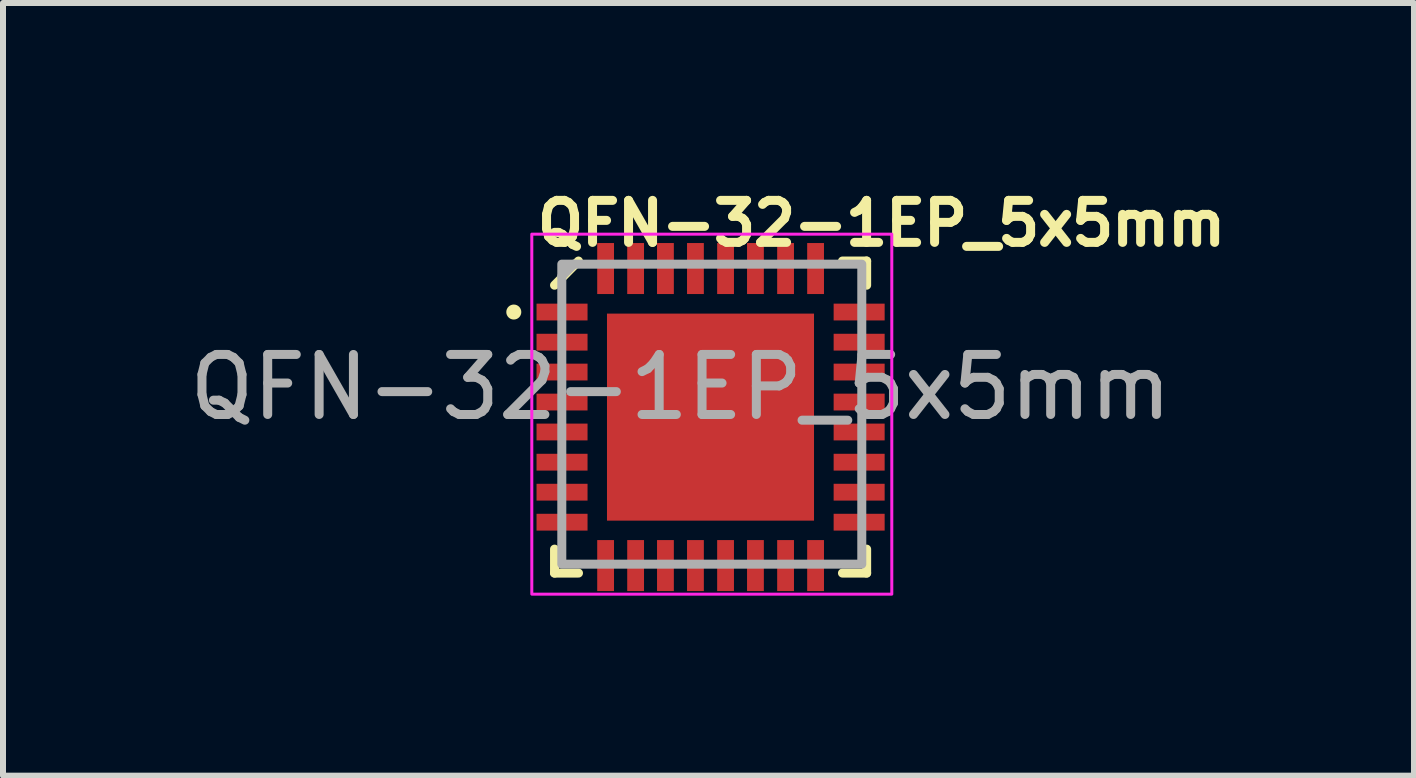
<source format=kicad_pcb>
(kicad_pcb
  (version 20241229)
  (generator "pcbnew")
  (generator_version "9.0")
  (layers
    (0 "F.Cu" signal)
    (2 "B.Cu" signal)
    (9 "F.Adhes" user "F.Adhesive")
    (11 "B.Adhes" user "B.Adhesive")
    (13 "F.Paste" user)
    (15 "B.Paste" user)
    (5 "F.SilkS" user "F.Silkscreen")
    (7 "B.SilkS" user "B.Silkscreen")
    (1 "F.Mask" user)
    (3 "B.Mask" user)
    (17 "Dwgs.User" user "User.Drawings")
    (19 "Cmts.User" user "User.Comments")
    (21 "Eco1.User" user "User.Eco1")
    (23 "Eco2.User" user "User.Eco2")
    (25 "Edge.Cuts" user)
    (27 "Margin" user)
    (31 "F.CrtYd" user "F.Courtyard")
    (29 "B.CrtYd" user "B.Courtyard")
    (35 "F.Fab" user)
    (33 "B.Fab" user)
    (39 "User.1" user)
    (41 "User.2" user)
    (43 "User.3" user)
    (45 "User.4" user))
  (footprint "QFN-32-1EP_5x5mm"
    (layer "F.Cu")
    (at 8.812 3.852)
    (property "Reference" "QFN-32-1EP_5x5mm" (at 2.829 -3.179 0) (layer "F.SilkS") (effects (font (size 0.7 0.7) (thickness 0.15))))
    (attr smd)
    (fp_line (start -2.621 2.648) (end -2.621 2.249) (stroke (width 0.15) (type solid)) (layer "F.SilkS"))
    (fp_line (start -2.222 -2.552) (end -2.621 -2.149) (stroke (width 0.15) (type solid)) (layer "F.SilkS"))
    (fp_line (start -2.222 2.648) (end -2.621 2.648) (stroke (width 0.15) (type solid)) (layer "F.SilkS"))
    (fp_line (start 2.58 -2.552) (end 2.177 -2.552) (stroke (width 0.15) (type solid)) (layer "F.SilkS"))
    (fp_line (start 2.58 -2.552) (end 2.58 -2.149) (stroke (width 0.15) (type solid)) (layer "F.SilkS"))
    (fp_line (start 2.58 2.249) (end 2.58 2.648) (stroke (width 0.15) (type solid)) (layer "F.SilkS"))
    (fp_line (start 2.58 2.648) (end 2.177 2.648) (stroke (width 0.15) (type solid)) (layer "F.SilkS"))
    (fp_circle (center -3.3 -1.702) (end -3.25 -1.702) (stroke (width 0.15) (type solid)) (fill yes) (layer "F.SilkS"))
    (fp_rect (start -3 -3) (end 2.999 2.999) (stroke (width 0.05) (type solid)) (fill no) (layer "F.CrtYd"))
    (fp_line (start -2.5 -2.299) (end -2.299 -2.5) (stroke (width 0.15) (type solid)) (layer "F.Fab"))
    (fp_rect (start -2.5 -2.5) (end 2.499 2.499) (stroke (width 0.15) (type solid)) (fill no) (layer "F.Fab"))
    (fp_rect (start -2.5 -2.5) (end 2.499 2.499) (stroke (width 0.1) (type solid)) (fill no) (layer "User.5"))
    (fp_line (start -2.5 -2.5) (end -2.5 2.499) (stroke (width 0.02) (type solid)) (layer "User.9"))
    (fp_line (start -2.5 -1.875) (end -2.5 -1.875) (stroke (width 0.02) (type solid)) (layer "User.9"))
    (fp_line (start -2.5 -1.625) (end -2.5 -1.875) (stroke (width 0.02) (type solid)) (layer "User.9"))
    (fp_line (start -2.5 -1.625) (end -2.5 -1.625) (stroke (width 0.02) (type solid)) (layer "User.9"))
    (fp_line (start -2.5 -1.375) (end -2.5 -1.375) (stroke (width 0.02) (type solid)) (layer "User.9"))
    (fp_line (start -2.5 -1.125) (end -2.5 -1.375) (stroke (width 0.02) (type solid)) (layer "User.9"))
    (fp_line (start -2.5 -1.125) (end -2.5 -1.125) (stroke (width 0.02) (type solid)) (layer "User.9"))
    (fp_line (start -2.5 -0.875) (end -2.5 -0.875) (stroke (width 0.02) (type solid)) (layer "User.9"))
    (fp_line (start -2.5 -0.625) (end -2.5 -0.875) (stroke (width 0.02) (type solid)) (layer "User.9"))
    (fp_line (start -2.5 -0.625) (end -2.5 -0.625) (stroke (width 0.02) (type solid)) (layer "User.9"))
    (fp_line (start -2.5 -0.375) (end -2.5 -0.375) (stroke (width 0.02) (type solid)) (layer "User.9"))
    (fp_line (start -2.5 -0.125) (end -2.5 -0.375) (stroke (width 0.02) (type solid)) (layer "User.9"))
    (fp_line (start -2.5 -0.125) (end -2.5 -0.125) (stroke (width 0.02) (type solid)) (layer "User.9"))
    (fp_line (start -2.5 0.122) (end -2.5 0.122) (stroke (width 0.02) (type solid)) (layer "User.9"))
    (fp_line (start -2.5 0.372) (end -2.5 0.122) (stroke (width 0.02) (type solid)) (layer "User.9"))
    (fp_line (start -2.5 0.372) (end -2.5 0.372) (stroke (width 0.02) (type solid)) (layer "User.9"))
    (fp_line (start -2.5 0.622) (end -2.5 0.622) (stroke (width 0.02) (type solid)) (layer "User.9"))
    (fp_line (start -2.5 0.872) (end -2.5 0.622) (stroke (width 0.02) (type solid)) (layer "User.9"))
    (fp_line (start -2.5 0.872) (end -2.5 0.872) (stroke (width 0.02) (type solid)) (layer "User.9"))
    (fp_line (start -2.5 1.124) (end -2.5 1.124) (stroke (width 0.02) (type solid)) (layer "User.9"))
    (fp_line (start -2.5 1.374) (end -2.5 1.124) (stroke (width 0.02) (type solid)) (layer "User.9"))
    (fp_line (start -2.5 1.374) (end -2.5 1.374) (stroke (width 0.02) (type solid)) (layer "User.9"))
    (fp_line (start -2.5 1.624) (end -2.5 1.624) (stroke (width 0.02) (type solid)) (layer "User.9"))
    (fp_line (start -2.5 1.874) (end -2.5 1.624) (stroke (width 0.02) (type solid)) (layer "User.9"))
    (fp_line (start -2.5 1.874) (end -2.5 1.874) (stroke (width 0.02) (type solid)) (layer "User.9"))
    (fp_line (start -2.5 2.499) (end 2.499 2.499) (stroke (width 0.02) (type solid)) (layer "User.9"))
    (fp_line (start -2 -1.873) (end -2 -1.867) (stroke (width 0.02) (type solid)) (layer "User.9"))
    (fp_line (start -2 -1.867) (end -2 -1.859) (stroke (width 0.02) (type solid)) (layer "User.9"))
    (fp_line (start -2 -1.859) (end -2 -1.851) (stroke (width 0.02) (type solid)) (layer "User.9"))
    (fp_line (start -2 -1.851) (end -2 -1.851) (stroke (width 0.02) (type solid)) (layer "User.9"))
    (fp_line (start -2 -1.851) (end -2 -1.843) (stroke (width 0.02) (type solid)) (layer "User.9"))
    (fp_line (start -2 -1.843) (end -2 -1.835) (stroke (width 0.02) (type solid)) (layer "User.9"))
    (fp_line (start -2 -1.835) (end -2 -1.829) (stroke (width 0.02) (type solid)) (layer "User.9"))
    (fp_line (start -2 -1.829) (end -1.998 -1.821) (stroke (width 0.02) (type solid)) (layer "User.9"))
    (fp_line (start -1.998 -1.881) (end -2 -1.873) (stroke (width 0.02) (type solid)) (layer "User.9"))
    (fp_line (start -1.998 -1.821) (end -1.996 -1.813) (stroke (width 0.02) (type solid)) (layer "User.9"))
    (fp_line (start -1.996 -1.889) (end -1.998 -1.881) (stroke (width 0.02) (type solid)) (layer "User.9"))
    (fp_line (start -1.996 -1.813) (end -1.994 -1.807) (stroke (width 0.02) (type solid)) (layer "User.9"))
    (fp_line (start -1.994 -1.895) (end -1.996 -1.889) (stroke (width 0.02) (type solid)) (layer "User.9"))
    (fp_line (start -1.994 -1.807) (end -1.992 -1.799) (stroke (width 0.02) (type solid)) (layer "User.9"))
    (fp_line (start -1.992 -1.903) (end -1.994 -1.895) (stroke (width 0.02) (type solid)) (layer "User.9"))
    (fp_line (start -1.992 -1.799) (end -1.99 -1.792) (stroke (width 0.02) (type solid)) (layer "User.9"))
    (fp_line (start -1.99 -1.909) (end -1.992 -1.903) (stroke (width 0.02) (type solid)) (layer "User.9"))
    (fp_line (start -1.99 -1.792) (end -1.986 -1.786) (stroke (width 0.02) (type solid)) (layer "User.9"))
    (fp_line (start -1.986 -1.917) (end -1.99 -1.909) (stroke (width 0.02) (type solid)) (layer "User.9"))
    (fp_line (start -1.986 -1.786) (end -1.982 -1.78) (stroke (width 0.02) (type solid)) (layer "User.9"))
    (fp_line (start -1.982 -1.922) (end -1.986 -1.917) (stroke (width 0.02) (type solid)) (layer "User.9"))
    (fp_line (start -1.982 -1.78) (end -1.98 -1.774) (stroke (width 0.02) (type solid)) (layer "User.9"))
    (fp_line (start -1.98 -1.928) (end -1.982 -1.922) (stroke (width 0.02) (type solid)) (layer "User.9"))
    (fp_line (start -1.98 -1.774) (end -1.976 -1.768) (stroke (width 0.02) (type solid)) (layer "User.9"))
    (fp_line (start -1.976 -1.934) (end -1.98 -1.928) (stroke (width 0.02) (type solid)) (layer "User.9"))
    (fp_line (start -1.976 -1.768) (end -1.972 -1.762) (stroke (width 0.02) (type solid)) (layer "User.9"))
    (fp_line (start -1.972 -1.94) (end -1.976 -1.934) (stroke (width 0.02) (type solid)) (layer "User.9"))
    (fp_line (start -1.972 -1.762) (end -1.966 -1.756) (stroke (width 0.02) (type solid)) (layer "User.9"))
    (fp_line (start -1.966 -1.946) (end -1.972 -1.94) (stroke (width 0.02) (type solid)) (layer "User.9"))
    (fp_line (start -1.966 -1.756) (end -1.962 -1.75) (stroke (width 0.02) (type solid)) (layer "User.9"))
    (fp_line (start -1.962 -1.952) (end -1.966 -1.946) (stroke (width 0.02) (type solid)) (layer "User.9"))
    (fp_line (start -1.962 -1.75) (end -1.958 -1.744) (stroke (width 0.02) (type solid)) (layer "User.9"))
    (fp_line (start -1.958 -1.958) (end -1.962 -1.952) (stroke (width 0.02) (type solid)) (layer "User.9"))
    (fp_line (start -1.958 -1.744) (end -1.952 -1.74) (stroke (width 0.02) (type solid)) (layer "User.9"))
    (fp_line (start -1.952 -1.962) (end -1.958 -1.958) (stroke (width 0.02) (type solid)) (layer "User.9"))
    (fp_line (start -1.952 -1.74) (end -1.946 -1.736) (stroke (width 0.02) (type solid)) (layer "User.9"))
    (fp_line (start -1.946 -1.966) (end -1.952 -1.962) (stroke (width 0.02) (type solid)) (layer "User.9"))
    (fp_line (start -1.946 -1.736) (end -1.94 -1.73) (stroke (width 0.02) (type solid)) (layer "User.9"))
    (fp_line (start -1.94 -1.972) (end -1.946 -1.966) (stroke (width 0.02) (type solid)) (layer "User.9"))
    (fp_line (start -1.94 -1.73) (end -1.934 -1.726) (stroke (width 0.02) (type solid)) (layer "User.9"))
    (fp_line (start -1.934 -1.976) (end -1.94 -1.972) (stroke (width 0.02) (type solid)) (layer "User.9"))
    (fp_line (start -1.934 -1.726) (end -1.928 -1.722) (stroke (width 0.02) (type solid)) (layer "User.9"))
    (fp_line (start -1.928 -1.98) (end -1.934 -1.976) (stroke (width 0.02) (type solid)) (layer "User.9"))
    (fp_line (start -1.928 -1.722) (end -1.922 -1.72) (stroke (width 0.02) (type solid)) (layer "User.9"))
    (fp_line (start -1.922 -1.982) (end -1.928 -1.98) (stroke (width 0.02) (type solid)) (layer "User.9"))
    (fp_line (start -1.922 -1.72) (end -1.917 -1.716) (stroke (width 0.02) (type solid)) (layer "User.9"))
    (fp_line (start -1.917 -1.986) (end -1.922 -1.982) (stroke (width 0.02) (type solid)) (layer "User.9"))
    (fp_line (start -1.917 -1.716) (end -1.909 -1.712) (stroke (width 0.02) (type solid)) (layer "User.9"))
    (fp_line (start -1.909 -1.99) (end -1.917 -1.986) (stroke (width 0.02) (type solid)) (layer "User.9"))
    (fp_line (start -1.909 -1.712) (end -1.903 -1.71) (stroke (width 0.02) (type solid)) (layer "User.9"))
    (fp_line (start -1.903 -1.992) (end -1.909 -1.99) (stroke (width 0.02) (type solid)) (layer "User.9"))
    (fp_line (start -1.903 -1.71) (end -1.895 -1.708) (stroke (width 0.02) (type solid)) (layer "User.9"))
    (fp_line (start -1.895 -1.994) (end -1.903 -1.992) (stroke (width 0.02) (type solid)) (layer "User.9"))
    (fp_line (start -1.895 -1.708) (end -1.889 -1.706) (stroke (width 0.02) (type solid)) (layer "User.9"))
    (fp_line (start -1.889 -1.996) (end -1.895 -1.994) (stroke (width 0.02) (type solid)) (layer "User.9"))
    (fp_line (start -1.889 -1.706) (end -1.881 -1.704) (stroke (width 0.02) (type solid)) (layer "User.9"))
    (fp_line (start -1.881 -1.998) (end -1.889 -1.996) (stroke (width 0.02) (type solid)) (layer "User.9"))
    (fp_line (start -1.881 -1.704) (end -1.873 -1.702) (stroke (width 0.02) (type solid)) (layer "User.9"))
    (fp_line (start -1.875 -2.5) (end -1.875 -2.5) (stroke (width 0.02) (type solid)) (layer "User.9"))
    (fp_line (start -1.875 -2.5) (end -1.625 -2.5) (stroke (width 0.02) (type solid)) (layer "User.9"))
    (fp_line (start -1.875 2.499) (end -1.875 2.499) (stroke (width 0.02) (type solid)) (layer "User.9"))
    (fp_line (start -1.875 2.499) (end -1.625 2.499) (stroke (width 0.02) (type solid)) (layer "User.9"))
    (fp_line (start -1.873 -2) (end -1.881 -1.998) (stroke (width 0.02) (type solid)) (layer "User.9"))
    (fp_line (start -1.873 -1.702) (end -1.867 -1.702) (stroke (width 0.02) (type solid)) (layer "User.9"))
    (fp_line (start -1.867 -2) (end -1.873 -2) (stroke (width 0.02) (type solid)) (layer "User.9"))
    (fp_line (start -1.867 -1.702) (end -1.859 -1.702) (stroke (width 0.02) (type solid)) (layer "User.9"))
    (fp_line (start -1.859 -2) (end -1.867 -2) (stroke (width 0.02) (type solid)) (layer "User.9"))
    (fp_line (start -1.859 -1.702) (end -1.851 -1.702) (stroke (width 0.02) (type solid)) (layer "User.9"))
    (fp_line (start -1.851 -2) (end -1.859 -2) (stroke (width 0.02) (type solid)) (layer "User.9"))
    (fp_line (start -1.851 -1.702) (end -1.843 -1.702) (stroke (width 0.02) (type solid)) (layer "User.9"))
    (fp_line (start -1.843 -2) (end -1.851 -2) (stroke (width 0.02) (type solid)) (layer "User.9"))
    (fp_line (start -1.843 -1.702) (end -1.835 -1.702) (stroke (width 0.02) (type solid)) (layer "User.9"))
    (fp_line (start -1.835 -2) (end -1.843 -2) (stroke (width 0.02) (type solid)) (layer "User.9"))
    (fp_line (start -1.835 -1.702) (end -1.829 -1.702) (stroke (width 0.02) (type solid)) (layer "User.9"))
    (fp_line (start -1.829 -2) (end -1.835 -2) (stroke (width 0.02) (type solid)) (layer "User.9"))
    (fp_line (start -1.829 -1.702) (end -1.821 -1.704) (stroke (width 0.02) (type solid)) (layer "User.9"))
    (fp_line (start -1.821 -1.998) (end -1.829 -2) (stroke (width 0.02) (type solid)) (layer "User.9"))
    (fp_line (start -1.821 -1.704) (end -1.813 -1.706) (stroke (width 0.02) (type solid)) (layer "User.9"))
    (fp_line (start -1.813 -1.996) (end -1.821 -1.998) (stroke (width 0.02) (type solid)) (layer "User.9"))
    (fp_line (start -1.813 -1.706) (end -1.807 -1.708) (stroke (width 0.02) (type solid)) (layer "User.9"))
    (fp_line (start -1.807 -1.994) (end -1.813 -1.996) (stroke (width 0.02) (type solid)) (layer "User.9"))
    (fp_line (start -1.807 -1.708) (end -1.799 -1.71) (stroke (width 0.02) (type solid)) (layer "User.9"))
    (fp_line (start -1.799 -1.992) (end -1.807 -1.994) (stroke (width 0.02) (type solid)) (layer "User.9"))
    (fp_line (start -1.799 -1.71) (end -1.792 -1.712) (stroke (width 0.02) (type solid)) (layer "User.9"))
    (fp_line (start -1.792 -1.99) (end -1.799 -1.992) (stroke (width 0.02) (type solid)) (layer "User.9"))
    (fp_line (start -1.792 -1.712) (end -1.786 -1.716) (stroke (width 0.02) (type solid)) (layer "User.9"))
    (fp_line (start -1.786 -1.986) (end -1.792 -1.99) (stroke (width 0.02) (type solid)) (layer "User.9"))
    (fp_line (start -1.786 -1.716) (end -1.78 -1.72) (stroke (width 0.02) (type solid)) (layer "User.9"))
    (fp_line (start -1.78 -1.982) (end -1.786 -1.986) (stroke (width 0.02) (type solid)) (layer "User.9"))
    (fp_line (start -1.78 -1.72) (end -1.774 -1.722) (stroke (width 0.02) (type solid)) (layer "User.9"))
    (fp_line (start -1.774 -1.98) (end -1.78 -1.982) (stroke (width 0.02) (type solid)) (layer "User.9"))
    (fp_line (start -1.774 -1.722) (end -1.768 -1.726) (stroke (width 0.02) (type solid)) (layer "User.9"))
    (fp_line (start -1.768 -1.976) (end -1.774 -1.98) (stroke (width 0.02) (type solid)) (layer "User.9"))
    (fp_line (start -1.768 -1.726) (end -1.762 -1.73) (stroke (width 0.02) (type solid)) (layer "User.9"))
    (fp_line (start -1.762 -1.972) (end -1.768 -1.976) (stroke (width 0.02) (type solid)) (layer "User.9"))
    (fp_line (start -1.762 -1.73) (end -1.756 -1.736) (stroke (width 0.02) (type solid)) (layer "User.9"))
    (fp_line (start -1.756 -1.966) (end -1.762 -1.972) (stroke (width 0.02) (type solid)) (layer "User.9"))
    (fp_line (start -1.756 -1.736) (end -1.75 -1.74) (stroke (width 0.02) (type solid)) (layer "User.9"))
    (fp_line (start -1.75 -1.962) (end -1.756 -1.966) (stroke (width 0.02) (type solid)) (layer "User.9"))
    (fp_line (start -1.75 -1.74) (end -1.744 -1.744) (stroke (width 0.02) (type solid)) (layer "User.9"))
    (fp_line (start -1.744 -1.958) (end -1.75 -1.962) (stroke (width 0.02) (type solid)) (layer "User.9"))
    (fp_line (start -1.744 -1.744) (end -1.74 -1.75) (stroke (width 0.02) (type solid)) (layer "User.9"))
    (fp_line (start -1.74 -1.952) (end -1.744 -1.958) (stroke (width 0.02) (type solid)) (layer "User.9"))
    (fp_line (start -1.74 -1.75) (end -1.736 -1.756) (stroke (width 0.02) (type solid)) (layer "User.9"))
    (fp_line (start -1.736 -1.946) (end -1.74 -1.952) (stroke (width 0.02) (type solid)) (layer "User.9"))
    (fp_line (start -1.736 -1.756) (end -1.73 -1.762) (stroke (width 0.02) (type solid)) (layer "User.9"))
    (fp_line (start -1.73 -1.94) (end -1.736 -1.946) (stroke (width 0.02) (type solid)) (layer "User.9"))
    (fp_line (start -1.73 -1.762) (end -1.726 -1.768) (stroke (width 0.02) (type solid)) (layer "User.9"))
    (fp_line (start -1.726 -1.934) (end -1.73 -1.94) (stroke (width 0.02) (type solid)) (layer "User.9"))
    (fp_line (start -1.726 -1.768) (end -1.722 -1.774) (stroke (width 0.02) (type solid)) (layer "User.9"))
    (fp_line (start -1.722 -1.928) (end -1.726 -1.934) (stroke (width 0.02) (type solid)) (layer "User.9"))
    (fp_line (start -1.722 -1.774) (end -1.72 -1.78) (stroke (width 0.02) (type solid)) (layer "User.9"))
    (fp_line (start -1.72 -1.922) (end -1.722 -1.928) (stroke (width 0.02) (type solid)) (layer "User.9"))
    (fp_line (start -1.72 -1.78) (end -1.716 -1.786) (stroke (width 0.02) (type solid)) (layer "User.9"))
    (fp_line (start -1.716 -1.917) (end -1.72 -1.922) (stroke (width 0.02) (type solid)) (layer "User.9"))
    (fp_line (start -1.716 -1.786) (end -1.712 -1.792) (stroke (width 0.02) (type solid)) (layer "User.9"))
    (fp_line (start -1.712 -1.909) (end -1.716 -1.917) (stroke (width 0.02) (type solid)) (layer "User.9"))
    (fp_line (start -1.712 -1.792) (end -1.71 -1.799) (stroke (width 0.02) (type solid)) (layer "User.9"))
    (fp_line (start -1.71 -1.903) (end -1.712 -1.909) (stroke (width 0.02) (type solid)) (layer "User.9"))
    (fp_line (start -1.71 -1.799) (end -1.708 -1.807) (stroke (width 0.02) (type solid)) (layer "User.9"))
    (fp_line (start -1.708 -1.895) (end -1.71 -1.903) (stroke (width 0.02) (type solid)) (layer "User.9"))
    (fp_line (start -1.708 -1.807) (end -1.706 -1.813) (stroke (width 0.02) (type solid)) (layer "User.9"))
    (fp_line (start -1.706 -1.889) (end -1.708 -1.895) (stroke (width 0.02) (type solid)) (layer "User.9"))
    (fp_line (start -1.706 -1.813) (end -1.704 -1.821) (stroke (width 0.02) (type solid)) (layer "User.9"))
    (fp_line (start -1.704 -1.881) (end -1.706 -1.889) (stroke (width 0.02) (type solid)) (layer "User.9"))
    (fp_line (start -1.704 -1.821) (end -1.702 -1.829) (stroke (width 0.02) (type solid)) (layer "User.9"))
    (fp_line (start -1.702 -1.873) (end -1.704 -1.881) (stroke (width 0.02) (type solid)) (layer "User.9"))
    (fp_line (start -1.702 -1.867) (end -1.702 -1.873) (stroke (width 0.02) (type solid)) (layer "User.9"))
    (fp_line (start -1.702 -1.859) (end -1.702 -1.867) (stroke (width 0.02) (type solid)) (layer "User.9"))
    (fp_line (start -1.702 -1.851) (end -1.702 -1.859) (stroke (width 0.02) (type solid)) (layer "User.9"))
    (fp_line (start -1.702 -1.851) (end -1.702 -1.851) (stroke (width 0.02) (type solid)) (layer "User.9"))
    (fp_line (start -1.702 -1.843) (end -1.702 -1.851) (stroke (width 0.02) (type solid)) (layer "User.9"))
    (fp_line (start -1.702 -1.835) (end -1.702 -1.843) (stroke (width 0.02) (type solid)) (layer "User.9"))
    (fp_line (start -1.702 -1.829) (end -1.702 -1.835) (stroke (width 0.02) (type solid)) (layer "User.9"))
    (fp_line (start -1.625 -2.5) (end -1.625 -2.5) (stroke (width 0.02) (type solid)) (layer "User.9"))
    (fp_line (start -1.625 2.499) (end -1.625 2.499) (stroke (width 0.02) (type solid)) (layer "User.9"))
    (fp_line (start -1.375 -2.5) (end -1.375 -2.5) (stroke (width 0.02) (type solid)) (layer "User.9"))
    (fp_line (start -1.375 -2.5) (end -1.125 -2.5) (stroke (width 0.02) (type solid)) (layer "User.9"))
    (fp_line (start -1.375 2.499) (end -1.375 2.499) (stroke (width 0.02) (type solid)) (layer "User.9"))
    (fp_line (start -1.375 2.499) (end -1.125 2.499) (stroke (width 0.02) (type solid)) (layer "User.9"))
    (fp_line (start -1.125 -2.5) (end -1.125 -2.5) (stroke (width 0.02) (type solid)) (layer "User.9"))
    (fp_line (start -1.125 2.499) (end -1.125 2.499) (stroke (width 0.02) (type solid)) (layer "User.9"))
    (fp_line (start -0.875 -2.5) (end -0.875 -2.5) (stroke (width 0.02) (type solid)) (layer "User.9"))
    (fp_line (start -0.875 -2.5) (end -0.625 -2.5) (stroke (width 0.02) (type solid)) (layer "User.9"))
    (fp_line (start -0.875 2.499) (end -0.875 2.499) (stroke (width 0.02) (type solid)) (layer "User.9"))
    (fp_line (start -0.875 2.499) (end -0.625 2.499) (stroke (width 0.02) (type solid)) (layer "User.9"))
    (fp_line (start -0.625 -2.5) (end -0.625 -2.5) (stroke (width 0.02) (type solid)) (layer "User.9"))
    (fp_line (start -0.625 2.499) (end -0.625 2.499) (stroke (width 0.02) (type solid)) (layer "User.9"))
    (fp_line (start -0.375 -2.5) (end -0.375 -2.5) (stroke (width 0.02) (type solid)) (layer "User.9"))
    (fp_line (start -0.375 -2.5) (end -0.125 -2.5) (stroke (width 0.02) (type solid)) (layer "User.9"))
    (fp_line (start -0.375 2.499) (end -0.375 2.499) (stroke (width 0.02) (type solid)) (layer "User.9"))
    (fp_line (start -0.375 2.499) (end -0.125 2.499) (stroke (width 0.02) (type solid)) (layer "User.9"))
    (fp_line (start -0.125 -2.5) (end -0.125 -2.5) (stroke (width 0.02) (type solid)) (layer "User.9"))
    (fp_line (start -0.125 2.499) (end -0.125 2.499) (stroke (width 0.02) (type solid)) (layer "User.9"))
    (fp_line (start 0.122 -2.5) (end 0.122 -2.5) (stroke (width 0.02) (type solid)) (layer "User.9"))
    (fp_line (start 0.122 2.499) (end 0.122 2.499) (stroke (width 0.02) (type solid)) (layer "User.9"))
    (fp_line (start 0.372 -2.5) (end 0.122 -2.5) (stroke (width 0.02) (type solid)) (layer "User.9"))
    (fp_line (start 0.372 -2.5) (end 0.372 -2.5) (stroke (width 0.02) (type solid)) (layer "User.9"))
    (fp_line (start 0.372 2.499) (end 0.122 2.499) (stroke (width 0.02) (type solid)) (layer "User.9"))
    (fp_line (start 0.372 2.499) (end 0.372 2.499) (stroke (width 0.02) (type solid)) (layer "User.9"))
    (fp_line (start 0.622 -2.5) (end 0.622 -2.5) (stroke (width 0.02) (type solid)) (layer "User.9"))
    (fp_line (start 0.622 2.499) (end 0.622 2.499) (stroke (width 0.02) (type solid)) (layer "User.9"))
    (fp_line (start 0.872 -2.5) (end 0.622 -2.5) (stroke (width 0.02) (type solid)) (layer "User.9"))
    (fp_line (start 0.872 -2.5) (end 0.872 -2.5) (stroke (width 0.02) (type solid)) (layer "User.9"))
    (fp_line (start 0.872 2.499) (end 0.622 2.499) (stroke (width 0.02) (type solid)) (layer "User.9"))
    (fp_line (start 0.872 2.499) (end 0.872 2.499) (stroke (width 0.02) (type solid)) (layer "User.9"))
    (fp_line (start 1.124 -2.5) (end 1.124 -2.5) (stroke (width 0.02) (type solid)) (layer "User.9"))
    (fp_line (start 1.124 2.499) (end 1.124 2.499) (stroke (width 0.02) (type solid)) (layer "User.9"))
    (fp_line (start 1.374 -2.5) (end 1.124 -2.5) (stroke (width 0.02) (type solid)) (layer "User.9"))
    (fp_line (start 1.374 -2.5) (end 1.374 -2.5) (stroke (width 0.02) (type solid)) (layer "User.9"))
    (fp_line (start 1.374 2.499) (end 1.124 2.499) (stroke (width 0.02) (type solid)) (layer "User.9"))
    (fp_line (start 1.374 2.499) (end 1.374 2.499) (stroke (width 0.02) (type solid)) (layer "User.9"))
    (fp_line (start 1.624 -2.5) (end 1.624 -2.5) (stroke (width 0.02) (type solid)) (layer "User.9"))
    (fp_line (start 1.624 2.499) (end 1.624 2.499) (stroke (width 0.02) (type solid)) (layer "User.9"))
    (fp_line (start 1.874 -2.5) (end 1.624 -2.5) (stroke (width 0.02) (type solid)) (layer "User.9"))
    (fp_line (start 1.874 -2.5) (end 1.874 -2.5) (stroke (width 0.02) (type solid)) (layer "User.9"))
    (fp_line (start 1.874 2.499) (end 1.624 2.499) (stroke (width 0.02) (type solid)) (layer "User.9"))
    (fp_line (start 1.874 2.499) (end 1.874 2.499) (stroke (width 0.02) (type solid)) (layer "User.9"))
    (fp_line (start 2.499 -2.5) (end -2.5 -2.5) (stroke (width 0.02) (type solid)) (layer "User.9"))
    (fp_line (start 2.499 -1.875) (end 2.499 -1.875) (stroke (width 0.02) (type solid)) (layer "User.9"))
    (fp_line (start 2.499 -1.625) (end 2.499 -1.875) (stroke (width 0.02) (type solid)) (layer "User.9"))
    (fp_line (start 2.499 -1.625) (end 2.499 -1.625) (stroke (width 0.02) (type solid)) (layer "User.9"))
    (fp_line (start 2.499 -1.375) (end 2.499 -1.375) (stroke (width 0.02) (type solid)) (layer "User.9"))
    (fp_line (start 2.499 -1.125) (end 2.499 -1.375) (stroke (width 0.02) (type solid)) (layer "User.9"))
    (fp_line (start 2.499 -1.125) (end 2.499 -1.125) (stroke (width 0.02) (type solid)) (layer "User.9"))
    (fp_line (start 2.499 -0.875) (end 2.499 -0.875) (stroke (width 0.02) (type solid)) (layer "User.9"))
    (fp_line (start 2.499 -0.625) (end 2.499 -0.875) (stroke (width 0.02) (type solid)) (layer "User.9"))
    (fp_line (start 2.499 -0.625) (end 2.499 -0.625) (stroke (width 0.02) (type solid)) (layer "User.9"))
    (fp_line (start 2.499 -0.375) (end 2.499 -0.375) (stroke (width 0.02) (type solid)) (layer "User.9"))
    (fp_line (start 2.499 -0.125) (end 2.499 -0.375) (stroke (width 0.02) (type solid)) (layer "User.9"))
    (fp_line (start 2.499 -0.125) (end 2.499 -0.125) (stroke (width 0.02) (type solid)) (layer "User.9"))
    (fp_line (start 2.499 0.122) (end 2.499 0.122) (stroke (width 0.02) (type solid)) (layer "User.9"))
    (fp_line (start 2.499 0.372) (end 2.499 0.122) (stroke (width 0.02) (type solid)) (layer "User.9"))
    (fp_line (start 2.499 0.372) (end 2.499 0.372) (stroke (width 0.02) (type solid)) (layer "User.9"))
    (fp_line (start 2.499 0.622) (end 2.499 0.622) (stroke (width 0.02) (type solid)) (layer "User.9"))
    (fp_line (start 2.499 0.872) (end 2.499 0.622) (stroke (width 0.02) (type solid)) (layer "User.9"))
    (fp_line (start 2.499 0.872) (end 2.499 0.872) (stroke (width 0.02) (type solid)) (layer "User.9"))
    (fp_line (start 2.499 1.124) (end 2.499 1.124) (stroke (width 0.02) (type solid)) (layer "User.9"))
    (fp_line (start 2.499 1.374) (end 2.499 1.124) (stroke (width 0.02) (type solid)) (layer "User.9"))
    (fp_line (start 2.499 1.374) (end 2.499 1.374) (stroke (width 0.02) (type solid)) (layer "User.9"))
    (fp_line (start 2.499 1.624) (end 2.499 1.624) (stroke (width 0.02) (type solid)) (layer "User.9"))
    (fp_line (start 2.499 1.874) (end 2.499 1.624) (stroke (width 0.02) (type solid)) (layer "User.9"))
    (fp_line (start 2.499 1.874) (end 2.499 1.874) (stroke (width 0.02) (type solid)) (layer "User.9"))
    (fp_line (start 2.499 2.499) (end 2.499 -2.5) (stroke (width 0.02) (type solid)) (layer "User.9"))
    (fp_text user "${REFERENCE}" (at -0.52 -0.45 0) (layer "F.Fab") (effects (font (size 1 1) (thickness 0.15))))
    (pad "1" smd rect (at -2.496 -1.702 270) (size 0.28 0.85) (layers "F.Cu" "F.Mask" "F.Paste"))
    (pad "2" smd rect (at -2.496 -1.2 270) (size 0.28 0.85) (layers "F.Cu" "F.Mask" "F.Paste"))
    (pad "3" smd rect (at -2.496 -0.702 270) (size 0.28 0.85) (layers "F.Cu" "F.Mask" "F.Paste"))
    (pad "4" smd rect (at -2.496 -0.202 270) (size 0.28 0.85) (layers "F.Cu" "F.Mask" "F.Paste"))
    (pad "5" smd rect (at -2.496 0.297 270) (size 0.28 0.85) (layers "F.Cu" "F.Mask" "F.Paste"))
    (pad "6" smd rect (at -2.496 0.8 270) (size 0.28 0.85) (layers "F.Cu" "F.Mask" "F.Paste"))
    (pad "7" smd rect (at -2.496 1.3 270) (size 0.28 0.85) (layers "F.Cu" "F.Mask" "F.Paste"))
    (pad "8" smd rect (at -2.496 1.8 270) (size 0.28 0.85) (layers "F.Cu" "F.Mask" "F.Paste"))
    (pad "9" smd rect (at -1.77 2.523 270) (size 0.85 0.28) (layers "F.Cu" "F.Mask" "F.Paste"))
    (pad "10" smd rect (at -1.27 2.523 270) (size 0.85 0.28) (layers "F.Cu" "F.Mask" "F.Paste"))
    (pad "11" smd rect (at -0.773 2.523 270) (size 0.85 0.28) (layers "F.Cu" "F.Mask" "F.Paste"))
    (pad "12" smd rect (at -0.273 2.523 270) (size 0.85 0.28) (layers "F.Cu" "F.Mask" "F.Paste"))
    (pad "13" smd rect (at 0.229 2.523 270) (size 0.85 0.28) (layers "F.Cu" "F.Mask" "F.Paste"))
    (pad "14" smd rect (at 0.727 2.523 270) (size 0.85 0.28) (layers "F.Cu" "F.Mask" "F.Paste"))
    (pad "15" smd rect (at 1.229 2.523 270) (size 0.85 0.28) (layers "F.Cu" "F.Mask" "F.Paste"))
    (pad "16" smd rect (at 1.729 2.523 270) (size 0.85 0.28) (layers "F.Cu" "F.Mask" "F.Paste"))
    (pad "17" smd rect (at 2.455 1.8 270) (size 0.28 0.85) (layers "F.Cu" "F.Mask" "F.Paste"))
    (pad "18" smd rect (at 2.455 1.3 270) (size 0.28 0.85) (layers "F.Cu" "F.Mask" "F.Paste"))
    (pad "19" smd rect (at 2.455 0.8 270) (size 0.28 0.85) (layers "F.Cu" "F.Mask" "F.Paste"))
    (pad "20" smd rect (at 2.455 0.297 270) (size 0.28 0.85) (layers "F.Cu" "F.Mask" "F.Paste"))
    (pad "21" smd rect (at 2.455 -0.202 270) (size 0.28 0.85) (layers "F.Cu" "F.Mask" "F.Paste"))
    (pad "22" smd rect (at 2.455 -0.702 270) (size 0.28 0.85) (layers "F.Cu" "F.Mask" "F.Paste"))
    (pad "23" smd rect (at 2.455 -1.2 270) (size 0.28 0.85) (layers "F.Cu" "F.Mask" "F.Paste"))
    (pad "24" smd rect (at 2.455 -1.702 270) (size 0.28 0.85) (layers "F.Cu" "F.Mask" "F.Paste"))
    (pad "25" smd rect (at 1.729 -2.427 270) (size 0.85 0.28) (layers "F.Cu" "F.Mask" "F.Paste"))
    (pad "26" smd rect (at 1.229 -2.427 270) (size 0.85 0.28) (layers "F.Cu" "F.Mask" "F.Paste"))
    (pad "27" smd rect (at 0.727 -2.427 270) (size 0.85 0.28) (layers "F.Cu" "F.Mask" "F.Paste"))
    (pad "28" smd rect (at 0.229 -2.427 270) (size 0.85 0.28) (layers "F.Cu" "F.Mask" "F.Paste"))
    (pad "29" smd rect (at -0.273 -2.427 270) (size 0.85 0.28) (layers "F.Cu" "F.Mask" "F.Paste"))
    (pad "30" smd rect (at -0.773 -2.427 270) (size 0.85 0.28) (layers "F.Cu" "F.Mask" "F.Paste"))
    (pad "31" smd rect (at -1.27 -2.427 270) (size 0.85 0.28) (layers "F.Cu" "F.Mask" "F.Paste"))
    (pad "32" smd rect (at -1.77 -2.427 270) (size 0.85 0.28) (layers "F.Cu" "F.Mask" "F.Paste"))
    (pad "33" smd rect (at -0.022 0.049 270) (size 3.45 3.45) (layers "F.Cu" "F.Mask" "F.Paste")))
  (gr_rect
    (start -3 -3)
    (end 20.513 9.876)
    (stroke (width 0.1) (type default))
    (fill no)
    (layer "Edge.Cuts")))
</source>
